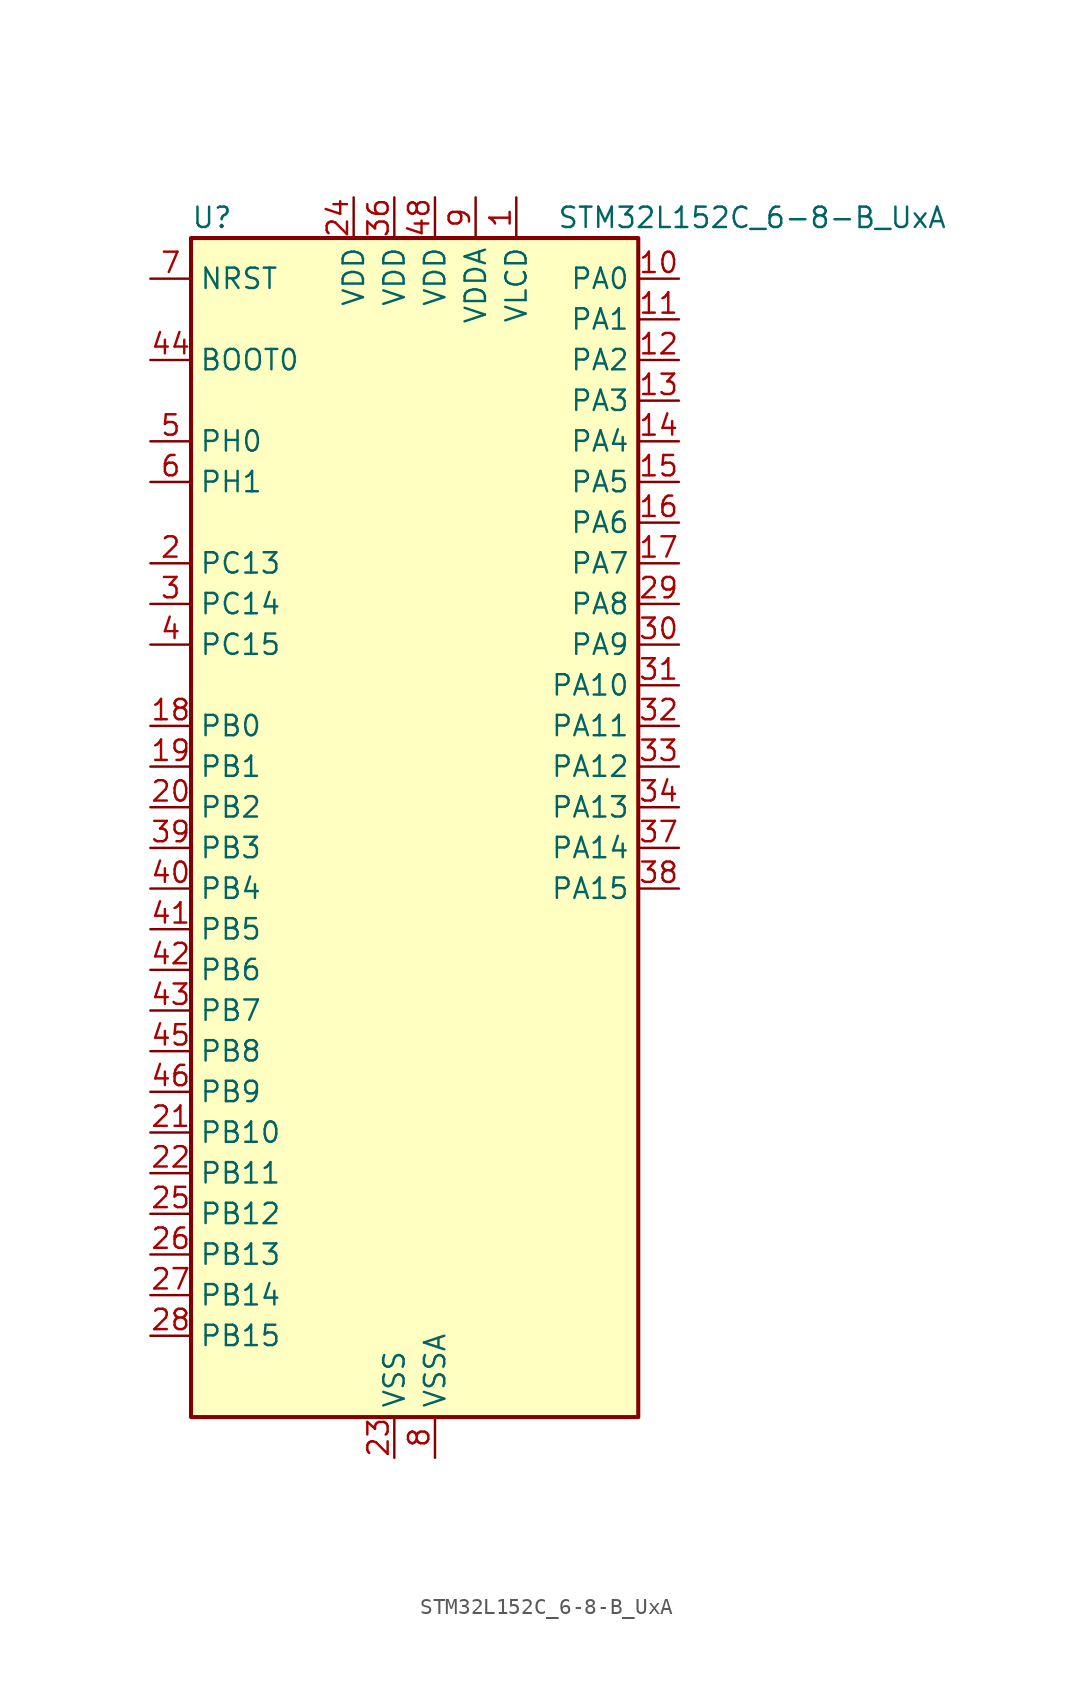
<source format=kicad_sym>
(kicad_symbol_lib
  (version 20231120)
  (generator "kicad_symbol_editor")
  (generator_version "8.0")
  (symbol "STM32L152C_6-8-B_UxA"
    (property "Reference" "U"
      (at -12.7 39.37 0)
      (effects (font (size 1.27 1.27)) (justify left)))
    (property "Value" "STM32L152C_6-8-B_UxA"
      (at 10.16 39.37 0)
      (effects (font (size 1.27 1.27)) (justify left)))
    (property "ki_locked" ""
      (at 0 0 0)
      (effects (font (size 1.27 1.27))))
    (symbol "STM32L152C_6-8-B_UxA_0_1"
      (rectangle (start -12.7 -35.56) (end 15.24 38.1) (stroke (width 0.254) (type default)) (fill (type background))))
    (symbol "STM32L152C_6-8-B_UxA_1_1"
      (pin power_in line (at 7.62 40.64 270) (length 2.54) (name "VLCD" (effects (font (size 1.27 1.27)))) (number "1" (effects (font (size 1.27 1.27)))))
      (pin bidirectional line (at 17.78 35.56 180) (length 2.54) (name "PA0" (effects (font (size 1.27 1.27)))) (number "10" (effects (font (size 1.27 1.27)))) (alternate "ADC_IN0" bidirectional line) (alternate "COMP1_INP" bidirectional line) (alternate "RTC_TAMP2" bidirectional line) (alternate "SYS_WKUP1" bidirectional line) (alternate "TIM2_CH1" bidirectional line) (alternate "TIM2_ETR" bidirectional line) (alternate "TIMX_IC1" bidirectional line) (alternate "TS_G1_IO1" bidirectional line) (alternate "USART2_CTS" bidirectional line))
      (pin bidirectional line (at 17.78 33.02 180) (length 2.54) (name "PA1" (effects (font (size 1.27 1.27)))) (number "11" (effects (font (size 1.27 1.27)))) (alternate "ADC_IN1" bidirectional line) (alternate "COMP1_INP" bidirectional line) (alternate "LCD_SEG0" bidirectional line) (alternate "TIM2_CH2" bidirectional line) (alternate "TIMX_IC2" bidirectional line) (alternate "TS_G1_IO2" bidirectional line) (alternate "USART2_RTS" bidirectional line))
      (pin bidirectional line (at 17.78 30.48 180) (length 2.54) (name "PA2" (effects (font (size 1.27 1.27)))) (number "12" (effects (font (size 1.27 1.27)))) (alternate "ADC_IN2" bidirectional line) (alternate "COMP1_INP" bidirectional line) (alternate "LCD_SEG1" bidirectional line) (alternate "TIM2_CH3" bidirectional line) (alternate "TIM9_CH1" bidirectional line) (alternate "TIMX_IC3" bidirectional line) (alternate "TS_G1_IO3" bidirectional line) (alternate "USART2_TX" bidirectional line))
      (pin bidirectional line (at 17.78 27.94 180) (length 2.54) (name "PA3" (effects (font (size 1.27 1.27)))) (number "13" (effects (font (size 1.27 1.27)))) (alternate "ADC_IN3" bidirectional line) (alternate "COMP1_INP" bidirectional line) (alternate "LCD_SEG2" bidirectional line) (alternate "TIM2_CH4" bidirectional line) (alternate "TIM9_CH2" bidirectional line) (alternate "TIMX_IC4" bidirectional line) (alternate "TS_G1_IO4" bidirectional line) (alternate "USART2_RX" bidirectional line))
      (pin bidirectional line (at 17.78 25.4 180) (length 2.54) (name "PA4" (effects (font (size 1.27 1.27)))) (number "14" (effects (font (size 1.27 1.27)))) (alternate "ADC_IN4" bidirectional line) (alternate "COMP1_INP" bidirectional line) (alternate "DAC_OUT1" bidirectional line) (alternate "SPI1_NSS" bidirectional line) (alternate "TIMX_IC1" bidirectional line) (alternate "USART2_CK" bidirectional line))
      (pin bidirectional line (at 17.78 22.86 180) (length 2.54) (name "PA5" (effects (font (size 1.27 1.27)))) (number "15" (effects (font (size 1.27 1.27)))) (alternate "ADC_IN5" bidirectional line) (alternate "COMP1_INP" bidirectional line) (alternate "DAC_OUT2" bidirectional line) (alternate "SPI1_SCK" bidirectional line) (alternate "TIM2_CH1" bidirectional line) (alternate "TIM2_ETR" bidirectional line) (alternate "TIMX_IC2" bidirectional line))
      (pin bidirectional line (at 17.78 20.32 180) (length 2.54) (name "PA6" (effects (font (size 1.27 1.27)))) (number "16" (effects (font (size 1.27 1.27)))) (alternate "ADC_IN6" bidirectional line) (alternate "COMP1_INP" bidirectional line) (alternate "LCD_SEG3" bidirectional line) (alternate "SPI1_MISO" bidirectional line) (alternate "TIM10_CH1" bidirectional line) (alternate "TIM3_CH1" bidirectional line) (alternate "TIMX_IC3" bidirectional line) (alternate "TS_G2_IO1" bidirectional line))
      (pin bidirectional line (at 17.78 17.78 180) (length 2.54) (name "PA7" (effects (font (size 1.27 1.27)))) (number "17" (effects (font (size 1.27 1.27)))) (alternate "ADC_IN7" bidirectional line) (alternate "COMP1_INP" bidirectional line) (alternate "LCD_SEG4" bidirectional line) (alternate "SPI1_MOSI" bidirectional line) (alternate "TIM11_CH1" bidirectional line) (alternate "TIM3_CH2" bidirectional line) (alternate "TIMX_IC4" bidirectional line) (alternate "TS_G2_IO2" bidirectional line))
      (pin bidirectional line (at -15.24 7.62 0) (length 2.54) (name "PB0" (effects (font (size 1.27 1.27)))) (number "18" (effects (font (size 1.27 1.27)))) (alternate "ADC_IN8" bidirectional line) (alternate "COMP1_INP" bidirectional line) (alternate "LCD_SEG5" bidirectional line) (alternate "SYS_V_REF_OUT" bidirectional line) (alternate "TIM3_CH3" bidirectional line) (alternate "TS_G3_IO1" bidirectional line))
      (pin bidirectional line (at -15.24 5.08 0) (length 2.54) (name "PB1" (effects (font (size 1.27 1.27)))) (number "19" (effects (font (size 1.27 1.27)))) (alternate "ADC_IN9" bidirectional line) (alternate "COMP1_INP" bidirectional line) (alternate "LCD_SEG6" bidirectional line) (alternate "SYS_V_REF_OUT" bidirectional line) (alternate "TIM3_CH4" bidirectional line) (alternate "TS_G3_IO2" bidirectional line))
      (pin bidirectional line (at -15.24 17.78 0) (length 2.54) (name "PC13" (effects (font (size 1.27 1.27)))) (number "2" (effects (font (size 1.27 1.27)))) (alternate "RTC_OUT_ALARM" bidirectional line) (alternate "RTC_OUT_CALIB" bidirectional line) (alternate "RTC_TAMP1" bidirectional line) (alternate "RTC_TS" bidirectional line) (alternate "SYS_WKUP2" bidirectional line) (alternate "TIMX_IC2" bidirectional line))
      (pin bidirectional line (at -15.24 2.54 0) (length 2.54) (name "PB2" (effects (font (size 1.27 1.27)))) (number "20" (effects (font (size 1.27 1.27)))) (alternate "TS_G3_IO3" bidirectional line))
      (pin bidirectional line (at -15.24 -17.78 0) (length 2.54) (name "PB10" (effects (font (size 1.27 1.27)))) (number "21" (effects (font (size 1.27 1.27)))) (alternate "I2C2_SCL" bidirectional line) (alternate "LCD_SEG10" bidirectional line) (alternate "TIM2_CH3" bidirectional line) (alternate "USART3_TX" bidirectional line))
      (pin bidirectional line (at -15.24 -20.32 0) (length 2.54) (name "PB11" (effects (font (size 1.27 1.27)))) (number "22" (effects (font (size 1.27 1.27)))) (alternate "ADC_EXTI11" bidirectional line) (alternate "I2C2_SDA" bidirectional line) (alternate "LCD_SEG11" bidirectional line) (alternate "TIM2_CH4" bidirectional line) (alternate "USART3_RX" bidirectional line))
      (pin power_in line (at 0 -38.1 90) (length 2.54) (name "VSS" (effects (font (size 1.27 1.27)))) (number "23" (effects (font (size 1.27 1.27)))))
      (pin power_in line (at -2.54 40.64 270) (length 2.54) (name "VDD" (effects (font (size 1.27 1.27)))) (number "24" (effects (font (size 1.27 1.27)))))
      (pin bidirectional line (at -15.24 -22.86 0) (length 2.54) (name "PB12" (effects (font (size 1.27 1.27)))) (number "25" (effects (font (size 1.27 1.27)))) (alternate "ADC_IN18" bidirectional line) (alternate "COMP1_INP" bidirectional line) (alternate "I2C2_SMBA" bidirectional line) (alternate "LCD_SEG12" bidirectional line) (alternate "SPI2_NSS" bidirectional line) (alternate "TIM10_CH1" bidirectional line) (alternate "TS_G7_IO1" bidirectional line) (alternate "USART3_CK" bidirectional line))
      (pin bidirectional line (at -15.24 -25.4 0) (length 2.54) (name "PB13" (effects (font (size 1.27 1.27)))) (number "26" (effects (font (size 1.27 1.27)))) (alternate "ADC_IN19" bidirectional line) (alternate "COMP1_INP" bidirectional line) (alternate "LCD_SEG13" bidirectional line) (alternate "SPI2_SCK" bidirectional line) (alternate "TIM9_CH1" bidirectional line) (alternate "TS_G7_IO2" bidirectional line) (alternate "USART3_CTS" bidirectional line))
      (pin bidirectional line (at -15.24 -27.94 0) (length 2.54) (name "PB14" (effects (font (size 1.27 1.27)))) (number "27" (effects (font (size 1.27 1.27)))) (alternate "ADC_IN20" bidirectional line) (alternate "COMP1_INP" bidirectional line) (alternate "LCD_SEG14" bidirectional line) (alternate "SPI2_MISO" bidirectional line) (alternate "TIM9_CH2" bidirectional line) (alternate "TS_G7_IO3" bidirectional line) (alternate "USART3_RTS" bidirectional line))
      (pin bidirectional line (at -15.24 -30.48 0) (length 2.54) (name "PB15" (effects (font (size 1.27 1.27)))) (number "28" (effects (font (size 1.27 1.27)))) (alternate "ADC_EXTI15" bidirectional line) (alternate "ADC_IN21" bidirectional line) (alternate "COMP1_INP" bidirectional line) (alternate "LCD_SEG15" bidirectional line) (alternate "RTC_REFIN" bidirectional line) (alternate "SPI2_MOSI" bidirectional line) (alternate "TIM11_CH1" bidirectional line) (alternate "TS_G7_IO4" bidirectional line))
      (pin bidirectional line (at 17.78 15.24 180) (length 2.54) (name "PA8" (effects (font (size 1.27 1.27)))) (number "29" (effects (font (size 1.27 1.27)))) (alternate "LCD_COM0" bidirectional line) (alternate "RCC_MCO" bidirectional line) (alternate "TIMX_IC1" bidirectional line) (alternate "TS_G4_IO1" bidirectional line) (alternate "USART1_CK" bidirectional line))
      (pin bidirectional line (at -15.24 15.24 0) (length 2.54) (name "PC14" (effects (font (size 1.27 1.27)))) (number "3" (effects (font (size 1.27 1.27)))) (alternate "RCC_OSC32_IN" bidirectional line) (alternate "TIMX_IC3" bidirectional line))
      (pin bidirectional line (at 17.78 12.7 180) (length 2.54) (name "PA9" (effects (font (size 1.27 1.27)))) (number "30" (effects (font (size 1.27 1.27)))) (alternate "DAC_EXTI9" bidirectional line) (alternate "LCD_COM1" bidirectional line) (alternate "TIMX_IC2" bidirectional line) (alternate "TS_G4_IO2" bidirectional line) (alternate "USART1_TX" bidirectional line))
      (pin bidirectional line (at 17.78 10.16 180) (length 2.54) (name "PA10" (effects (font (size 1.27 1.27)))) (number "31" (effects (font (size 1.27 1.27)))) (alternate "LCD_COM2" bidirectional line) (alternate "TIMX_IC3" bidirectional line) (alternate "TS_G4_IO3" bidirectional line) (alternate "USART1_RX" bidirectional line))
      (pin bidirectional line (at 17.78 7.62 180) (length 2.54) (name "PA11" (effects (font (size 1.27 1.27)))) (number "32" (effects (font (size 1.27 1.27)))) (alternate "ADC_EXTI11" bidirectional line) (alternate "SPI1_MISO" bidirectional line) (alternate "TIMX_IC4" bidirectional line) (alternate "USART1_CTS" bidirectional line) (alternate "USB_DM" bidirectional line))
      (pin bidirectional line (at 17.78 5.08 180) (length 2.54) (name "PA12" (effects (font (size 1.27 1.27)))) (number "33" (effects (font (size 1.27 1.27)))) (alternate "SPI1_MOSI" bidirectional line) (alternate "TIMX_IC1" bidirectional line) (alternate "USART1_RTS" bidirectional line) (alternate "USB_DP" bidirectional line))
      (pin bidirectional line (at 17.78 2.54 180) (length 2.54) (name "PA13" (effects (font (size 1.27 1.27)))) (number "34" (effects (font (size 1.27 1.27)))) (alternate "SYS_JTMS-SWDIO" bidirectional line) (alternate "TIMX_IC2" bidirectional line) (alternate "TS_G5_IO1" bidirectional line))
      (pin passive line (at 0 -38.1 90) (length 2.54) hide (name "VSS" (effects (font (size 1.27 1.27)))) (number "35" (effects (font (size 1.27 1.27)))))
      (pin power_in line (at 0 40.64 270) (length 2.54) (name "VDD" (effects (font (size 1.27 1.27)))) (number "36" (effects (font (size 1.27 1.27)))))
      (pin bidirectional line (at 17.78 0 180) (length 2.54) (name "PA14" (effects (font (size 1.27 1.27)))) (number "37" (effects (font (size 1.27 1.27)))) (alternate "SYS_JTCK-SWCLK" bidirectional line) (alternate "TIMX_IC3" bidirectional line) (alternate "TS_G5_IO2" bidirectional line))
      (pin bidirectional line (at 17.78 -2.54 180) (length 2.54) (name "PA15" (effects (font (size 1.27 1.27)))) (number "38" (effects (font (size 1.27 1.27)))) (alternate "ADC_EXTI15" bidirectional line) (alternate "LCD_SEG17" bidirectional line) (alternate "SPI1_NSS" bidirectional line) (alternate "SYS_JTDI" bidirectional line) (alternate "TIM2_CH1" bidirectional line) (alternate "TIM2_ETR" bidirectional line) (alternate "TIMX_IC4" bidirectional line) (alternate "TS_G5_IO3" bidirectional line))
      (pin bidirectional line (at -15.24 0 0) (length 2.54) (name "PB3" (effects (font (size 1.27 1.27)))) (number "39" (effects (font (size 1.27 1.27)))) (alternate "COMP2_INM" bidirectional line) (alternate "LCD_SEG7" bidirectional line) (alternate "SPI1_SCK" bidirectional line) (alternate "SYS_JTDO-TRACESWO" bidirectional line) (alternate "TIM2_CH2" bidirectional line))
      (pin bidirectional line (at -15.24 12.7 0) (length 2.54) (name "PC15" (effects (font (size 1.27 1.27)))) (number "4" (effects (font (size 1.27 1.27)))) (alternate "ADC_EXTI15" bidirectional line) (alternate "RCC_OSC32_OUT" bidirectional line) (alternate "TIMX_IC4" bidirectional line))
      (pin bidirectional line (at -15.24 -2.54 0) (length 2.54) (name "PB4" (effects (font (size 1.27 1.27)))) (number "40" (effects (font (size 1.27 1.27)))) (alternate "COMP2_INP" bidirectional line) (alternate "LCD_SEG8" bidirectional line) (alternate "SPI1_MISO" bidirectional line) (alternate "SYS_JTRST" bidirectional line) (alternate "TIM3_CH1" bidirectional line) (alternate "TS_G6_IO1" bidirectional line))
      (pin bidirectional line (at -15.24 -5.08 0) (length 2.54) (name "PB5" (effects (font (size 1.27 1.27)))) (number "41" (effects (font (size 1.27 1.27)))) (alternate "COMP2_INP" bidirectional line) (alternate "I2C1_SMBA" bidirectional line) (alternate "LCD_SEG9" bidirectional line) (alternate "SPI1_MOSI" bidirectional line) (alternate "TIM3_CH2" bidirectional line) (alternate "TS_G6_IO2" bidirectional line))
      (pin bidirectional line (at -15.24 -7.62 0) (length 2.54) (name "PB6" (effects (font (size 1.27 1.27)))) (number "42" (effects (font (size 1.27 1.27)))) (alternate "I2C1_SCL" bidirectional line) (alternate "TIM4_CH1" bidirectional line) (alternate "TS_G6_IO3" bidirectional line) (alternate "USART1_TX" bidirectional line))
      (pin bidirectional line (at -15.24 -10.16 0) (length 2.54) (name "PB7" (effects (font (size 1.27 1.27)))) (number "43" (effects (font (size 1.27 1.27)))) (alternate "I2C1_SDA" bidirectional line) (alternate "SYS_PVD_IN" bidirectional line) (alternate "TIM4_CH2" bidirectional line) (alternate "TS_G6_IO4" bidirectional line) (alternate "USART1_RX" bidirectional line))
      (pin input line (at -15.24 30.48 0) (length 2.54) (name "BOOT0" (effects (font (size 1.27 1.27)))) (number "44" (effects (font (size 1.27 1.27)))))
      (pin bidirectional line (at -15.24 -12.7 0) (length 2.54) (name "PB8" (effects (font (size 1.27 1.27)))) (number "45" (effects (font (size 1.27 1.27)))) (alternate "I2C1_SCL" bidirectional line) (alternate "LCD_SEG16" bidirectional line) (alternate "TIM10_CH1" bidirectional line) (alternate "TIM4_CH3" bidirectional line))
      (pin bidirectional line (at -15.24 -15.24 0) (length 2.54) (name "PB9" (effects (font (size 1.27 1.27)))) (number "46" (effects (font (size 1.27 1.27)))) (alternate "DAC_EXTI9" bidirectional line) (alternate "I2C1_SDA" bidirectional line) (alternate "LCD_COM3" bidirectional line) (alternate "TIM11_CH1" bidirectional line) (alternate "TIM4_CH4" bidirectional line))
      (pin passive line (at 0 -38.1 90) (length 2.54) hide (name "VSS" (effects (font (size 1.27 1.27)))) (number "47" (effects (font (size 1.27 1.27)))))
      (pin power_in line (at 2.54 40.64 270) (length 2.54) (name "VDD" (effects (font (size 1.27 1.27)))) (number "48" (effects (font (size 1.27 1.27)))))
      (pin passive line (at 0 -38.1 90) (length 2.54) hide (name "VSS" (effects (font (size 1.27 1.27)))) (number "49" (effects (font (size 1.27 1.27)))))
      (pin bidirectional line (at -15.24 25.4 0) (length 2.54) (name "PH0" (effects (font (size 1.27 1.27)))) (number "5" (effects (font (size 1.27 1.27)))) (alternate "RCC_OSC_IN" bidirectional line))
      (pin bidirectional line (at -15.24 22.86 0) (length 2.54) (name "PH1" (effects (font (size 1.27 1.27)))) (number "6" (effects (font (size 1.27 1.27)))) (alternate "RCC_OSC_OUT" bidirectional line))
      (pin input line (at -15.24 35.56 0) (length 2.54) (name "NRST" (effects (font (size 1.27 1.27)))) (number "7" (effects (font (size 1.27 1.27)))))
      (pin power_in line (at 2.54 -38.1 90) (length 2.54) (name "VSSA" (effects (font (size 1.27 1.27)))) (number "8" (effects (font (size 1.27 1.27)))))
      (pin power_in line (at 5.08 40.64 270) (length 2.54) (name "VDDA" (effects (font (size 1.27 1.27)))) (number "9" (effects (font (size 1.27 1.27))))))))
</source>
